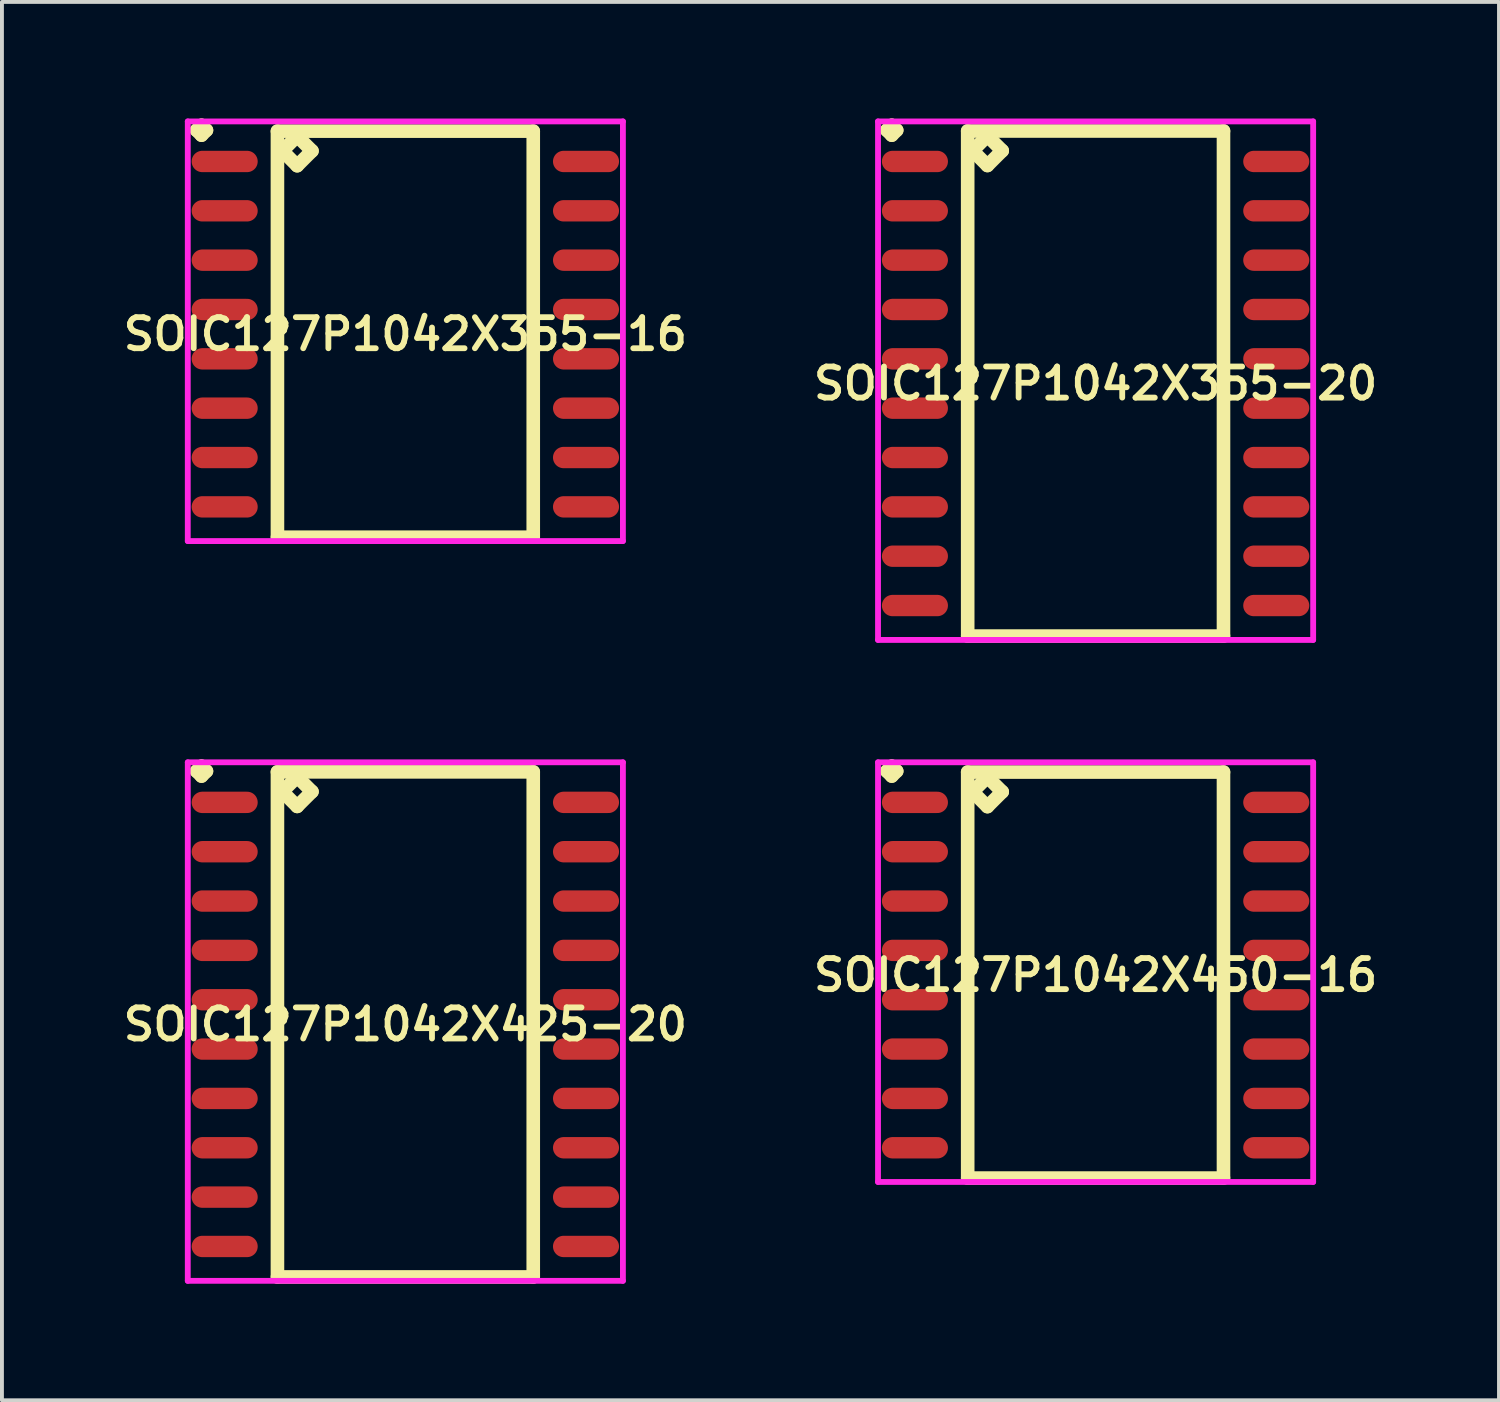
<source format=kicad_pcb>
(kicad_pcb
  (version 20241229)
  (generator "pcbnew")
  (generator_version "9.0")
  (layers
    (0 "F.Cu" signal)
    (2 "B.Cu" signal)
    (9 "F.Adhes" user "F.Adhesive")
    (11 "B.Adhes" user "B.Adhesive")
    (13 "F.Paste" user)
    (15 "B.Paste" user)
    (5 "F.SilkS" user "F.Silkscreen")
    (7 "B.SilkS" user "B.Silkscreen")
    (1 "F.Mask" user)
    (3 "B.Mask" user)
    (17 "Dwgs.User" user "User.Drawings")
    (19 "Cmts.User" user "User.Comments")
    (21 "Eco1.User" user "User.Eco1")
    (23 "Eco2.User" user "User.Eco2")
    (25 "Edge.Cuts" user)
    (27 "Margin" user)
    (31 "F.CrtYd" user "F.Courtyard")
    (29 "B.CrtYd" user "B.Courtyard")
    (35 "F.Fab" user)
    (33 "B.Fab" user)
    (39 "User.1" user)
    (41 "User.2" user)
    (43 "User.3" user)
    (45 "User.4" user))
  (footprint "SOIC127P1042X355-20"
    (layer "F.Cu")
    (at 25.149 6.821)
    (property "Reference" "SOIC127P1042X355-20" (at 0 0 0) (layer "F.SilkS") (effects (font (size 0.8 0.8) (thickness 0.15))))
    (attr smd)
    (fp_line (start -5.373 -6.519) (end -5.246 -6.646) (stroke (width 0.35) (type solid)) (layer "F.SilkS"))
    (fp_line (start -5.246 -6.646) (end -5.119 -6.519) (stroke (width 0.35) (type solid)) (layer "F.SilkS"))
    (fp_line (start -5.246 -6.392) (end -5.373 -6.519) (stroke (width 0.35) (type solid)) (layer "F.SilkS"))
    (fp_line (start -5.119 -6.519) (end -5.246 -6.392) (stroke (width 0.35) (type solid)) (layer "F.SilkS"))
    (fp_line (start -3.292 -6.5) (end -3.292 6.5) (stroke (width 0.35) (type solid)) (layer "F.SilkS"))
    (fp_line (start -3.292 6.5) (end 3.292 6.5) (stroke (width 0.35) (type solid)) (layer "F.SilkS"))
    (fp_line (start -3.165 -5.992) (end -2.784 -6.373) (stroke (width 0.35) (type solid)) (layer "F.SilkS"))
    (fp_line (start -2.784 -6.373) (end -2.403 -5.992) (stroke (width 0.35) (type solid)) (layer "F.SilkS"))
    (fp_line (start -2.784 -5.611) (end -3.165 -5.992) (stroke (width 0.35) (type solid)) (layer "F.SilkS"))
    (fp_line (start -2.403 -5.992) (end -2.784 -5.611) (stroke (width 0.35) (type solid)) (layer "F.SilkS"))
    (fp_line (start 3.292 -6.5) (end -3.292 -6.5) (stroke (width 0.35) (type solid)) (layer "F.SilkS"))
    (fp_line (start 3.292 6.5) (end 3.292 -6.5) (stroke (width 0.35) (type solid)) (layer "F.SilkS"))
    (fp_line (start -5.6 -6.746) (end 5.6 -6.746) (stroke (width 0.15) (type solid)) (layer "F.CrtYd"))
    (fp_line (start -5.6 6.6) (end -5.6 -6.746) (stroke (width 0.15) (type solid)) (layer "F.CrtYd"))
    (fp_line (start 5.6 -6.746) (end 5.6 6.6) (stroke (width 0.15) (type solid)) (layer "F.CrtYd"))
    (fp_line (start 5.6 6.6) (end -5.6 6.6) (stroke (width 0.15) (type solid)) (layer "F.CrtYd"))
    (pad "1" smd oval (at -4.65 -5.715) (size 1.7 0.55) (layers "F.Cu" "F.Mask" "F.Paste"))
    (pad "2" smd oval (at -4.65 -4.445) (size 1.7 0.55) (layers "F.Cu" "F.Mask" "F.Paste"))
    (pad "3" smd oval (at -4.65 -3.175) (size 1.7 0.55) (layers "F.Cu" "F.Mask" "F.Paste"))
    (pad "4" smd oval (at -4.65 -1.905) (size 1.7 0.55) (layers "F.Cu" "F.Mask" "F.Paste"))
    (pad "5" smd oval (at -4.65 -0.635) (size 1.7 0.55) (layers "F.Cu" "F.Mask" "F.Paste"))
    (pad "6" smd oval (at -4.65 0.635) (size 1.7 0.55) (layers "F.Cu" "F.Mask" "F.Paste"))
    (pad "7" smd oval (at -4.65 1.905) (size 1.7 0.55) (layers "F.Cu" "F.Mask" "F.Paste"))
    (pad "8" smd oval (at -4.65 3.175) (size 1.7 0.55) (layers "F.Cu" "F.Mask" "F.Paste"))
    (pad "9" smd oval (at -4.65 4.445) (size 1.7 0.55) (layers "F.Cu" "F.Mask" "F.Paste"))
    (pad "10" smd oval (at -4.65 5.715) (size 1.7 0.55) (layers "F.Cu" "F.Mask" "F.Paste"))
    (pad "11" smd oval (at 4.65 5.715) (size 1.7 0.55) (layers "F.Cu" "F.Mask" "F.Paste"))
    (pad "12" smd oval (at 4.65 4.445) (size 1.7 0.55) (layers "F.Cu" "F.Mask" "F.Paste"))
    (pad "13" smd oval (at 4.65 3.175) (size 1.7 0.55) (layers "F.Cu" "F.Mask" "F.Paste"))
    (pad "14" smd oval (at 4.65 1.905) (size 1.7 0.55) (layers "F.Cu" "F.Mask" "F.Paste"))
    (pad "15" smd oval (at 4.65 0.635) (size 1.7 0.55) (layers "F.Cu" "F.Mask" "F.Paste"))
    (pad "16" smd oval (at 4.65 -0.635) (size 1.7 0.55) (layers "F.Cu" "F.Mask" "F.Paste"))
    (pad "17" smd oval (at 4.65 -1.905) (size 1.7 0.55) (layers "F.Cu" "F.Mask" "F.Paste"))
    (pad "18" smd oval (at 4.65 -3.175) (size 1.7 0.55) (layers "F.Cu" "F.Mask" "F.Paste"))
    (pad "19" smd oval (at 4.65 -4.445) (size 1.7 0.55) (layers "F.Cu" "F.Mask" "F.Paste"))
    (pad "20" smd oval (at 4.65 -5.715) (size 1.7 0.55) (layers "F.Cu" "F.Mask" "F.Paste")))
  (footprint "SOIC127P1042X450-16"
    (layer "F.Cu")
    (at 25.149 22.047)
    (property "Reference" "SOIC127P1042X450-16" (at 0 0 0) (layer "F.SilkS") (effects (font (size 0.8 0.8) (thickness 0.15))))
    (attr smd)
    (fp_line (start -5.373 -5.249) (end -5.246 -5.376) (stroke (width 0.35) (type solid)) (layer "F.SilkS"))
    (fp_line (start -5.246 -5.376) (end -5.119 -5.249) (stroke (width 0.35) (type solid)) (layer "F.SilkS"))
    (fp_line (start -5.246 -5.122) (end -5.373 -5.249) (stroke (width 0.35) (type solid)) (layer "F.SilkS"))
    (fp_line (start -5.119 -5.249) (end -5.246 -5.122) (stroke (width 0.35) (type solid)) (layer "F.SilkS"))
    (fp_line (start -3.292 -5.225) (end -3.292 5.225) (stroke (width 0.35) (type solid)) (layer "F.SilkS"))
    (fp_line (start -3.292 5.225) (end 3.292 5.225) (stroke (width 0.35) (type solid)) (layer "F.SilkS"))
    (fp_line (start -3.165 -4.717) (end -2.784 -5.098) (stroke (width 0.35) (type solid)) (layer "F.SilkS"))
    (fp_line (start -2.784 -5.098) (end -2.403 -4.717) (stroke (width 0.35) (type solid)) (layer "F.SilkS"))
    (fp_line (start -2.784 -4.336) (end -3.165 -4.717) (stroke (width 0.35) (type solid)) (layer "F.SilkS"))
    (fp_line (start -2.403 -4.717) (end -2.784 -4.336) (stroke (width 0.35) (type solid)) (layer "F.SilkS"))
    (fp_line (start 3.292 -5.225) (end -3.292 -5.225) (stroke (width 0.35) (type solid)) (layer "F.SilkS"))
    (fp_line (start 3.292 5.225) (end 3.292 -5.225) (stroke (width 0.35) (type solid)) (layer "F.SilkS"))
    (fp_line (start -5.6 -5.476) (end 5.6 -5.476) (stroke (width 0.15) (type solid)) (layer "F.CrtYd"))
    (fp_line (start -5.6 5.325) (end -5.6 -5.476) (stroke (width 0.15) (type solid)) (layer "F.CrtYd"))
    (fp_line (start 5.6 -5.476) (end 5.6 5.325) (stroke (width 0.15) (type solid)) (layer "F.CrtYd"))
    (fp_line (start 5.6 5.325) (end -5.6 5.325) (stroke (width 0.15) (type solid)) (layer "F.CrtYd"))
    (pad "1" smd oval (at -4.65 -4.445) (size 1.7 0.55) (layers "F.Cu" "F.Mask" "F.Paste"))
    (pad "2" smd oval (at -4.65 -3.175) (size 1.7 0.55) (layers "F.Cu" "F.Mask" "F.Paste"))
    (pad "3" smd oval (at -4.65 -1.905) (size 1.7 0.55) (layers "F.Cu" "F.Mask" "F.Paste"))
    (pad "4" smd oval (at -4.65 -0.635) (size 1.7 0.55) (layers "F.Cu" "F.Mask" "F.Paste"))
    (pad "5" smd oval (at -4.65 0.635) (size 1.7 0.55) (layers "F.Cu" "F.Mask" "F.Paste"))
    (pad "6" smd oval (at -4.65 1.905) (size 1.7 0.55) (layers "F.Cu" "F.Mask" "F.Paste"))
    (pad "7" smd oval (at -4.65 3.175) (size 1.7 0.55) (layers "F.Cu" "F.Mask" "F.Paste"))
    (pad "8" smd oval (at -4.65 4.445) (size 1.7 0.55) (layers "F.Cu" "F.Mask" "F.Paste"))
    (pad "9" smd oval (at 4.65 4.445) (size 1.7 0.55) (layers "F.Cu" "F.Mask" "F.Paste"))
    (pad "10" smd oval (at 4.65 3.175) (size 1.7 0.55) (layers "F.Cu" "F.Mask" "F.Paste"))
    (pad "11" smd oval (at 4.65 1.905) (size 1.7 0.55) (layers "F.Cu" "F.Mask" "F.Paste"))
    (pad "12" smd oval (at 4.65 0.635) (size 1.7 0.55) (layers "F.Cu" "F.Mask" "F.Paste"))
    (pad "13" smd oval (at 4.65 -0.635) (size 1.7 0.55) (layers "F.Cu" "F.Mask" "F.Paste"))
    (pad "14" smd oval (at 4.65 -1.905) (size 1.7 0.55) (layers "F.Cu" "F.Mask" "F.Paste"))
    (pad "15" smd oval (at 4.65 -3.175) (size 1.7 0.55) (layers "F.Cu" "F.Mask" "F.Paste"))
    (pad "16" smd oval (at 4.65 -4.445) (size 1.7 0.55) (layers "F.Cu" "F.Mask" "F.Paste")))
  (footprint "SOIC127P1042X425-20"
    (layer "F.Cu")
    (at 7.383 23.317)
    (property "Reference" "SOIC127P1042X425-20" (at 0 0 0) (layer "F.SilkS") (effects (font (size 0.8 0.8) (thickness 0.15))))
    (attr smd)
    (fp_line (start -5.373 -6.519) (end -5.246 -6.646) (stroke (width 0.35) (type solid)) (layer "F.SilkS"))
    (fp_line (start -5.246 -6.646) (end -5.119 -6.519) (stroke (width 0.35) (type solid)) (layer "F.SilkS"))
    (fp_line (start -5.246 -6.392) (end -5.373 -6.519) (stroke (width 0.35) (type solid)) (layer "F.SilkS"))
    (fp_line (start -5.119 -6.519) (end -5.246 -6.392) (stroke (width 0.35) (type solid)) (layer "F.SilkS"))
    (fp_line (start -3.292 -6.5) (end -3.292 6.5) (stroke (width 0.35) (type solid)) (layer "F.SilkS"))
    (fp_line (start -3.292 6.5) (end 3.292 6.5) (stroke (width 0.35) (type solid)) (layer "F.SilkS"))
    (fp_line (start -3.165 -5.992) (end -2.784 -6.373) (stroke (width 0.35) (type solid)) (layer "F.SilkS"))
    (fp_line (start -2.784 -6.373) (end -2.403 -5.992) (stroke (width 0.35) (type solid)) (layer "F.SilkS"))
    (fp_line (start -2.784 -5.611) (end -3.165 -5.992) (stroke (width 0.35) (type solid)) (layer "F.SilkS"))
    (fp_line (start -2.403 -5.992) (end -2.784 -5.611) (stroke (width 0.35) (type solid)) (layer "F.SilkS"))
    (fp_line (start 3.292 -6.5) (end -3.292 -6.5) (stroke (width 0.35) (type solid)) (layer "F.SilkS"))
    (fp_line (start 3.292 6.5) (end 3.292 -6.5) (stroke (width 0.35) (type solid)) (layer "F.SilkS"))
    (fp_line (start -5.6 -6.746) (end 5.6 -6.746) (stroke (width 0.15) (type solid)) (layer "F.CrtYd"))
    (fp_line (start -5.6 6.6) (end -5.6 -6.746) (stroke (width 0.15) (type solid)) (layer "F.CrtYd"))
    (fp_line (start 5.6 -6.746) (end 5.6 6.6) (stroke (width 0.15) (type solid)) (layer "F.CrtYd"))
    (fp_line (start 5.6 6.6) (end -5.6 6.6) (stroke (width 0.15) (type solid)) (layer "F.CrtYd"))
    (pad "1" smd oval (at -4.65 -5.715) (size 1.7 0.55) (layers "F.Cu" "F.Mask" "F.Paste"))
    (pad "2" smd oval (at -4.65 -4.445) (size 1.7 0.55) (layers "F.Cu" "F.Mask" "F.Paste"))
    (pad "3" smd oval (at -4.65 -3.175) (size 1.7 0.55) (layers "F.Cu" "F.Mask" "F.Paste"))
    (pad "4" smd oval (at -4.65 -1.905) (size 1.7 0.55) (layers "F.Cu" "F.Mask" "F.Paste"))
    (pad "5" smd oval (at -4.65 -0.635) (size 1.7 0.55) (layers "F.Cu" "F.Mask" "F.Paste"))
    (pad "6" smd oval (at -4.65 0.635) (size 1.7 0.55) (layers "F.Cu" "F.Mask" "F.Paste"))
    (pad "7" smd oval (at -4.65 1.905) (size 1.7 0.55) (layers "F.Cu" "F.Mask" "F.Paste"))
    (pad "8" smd oval (at -4.65 3.175) (size 1.7 0.55) (layers "F.Cu" "F.Mask" "F.Paste"))
    (pad "9" smd oval (at -4.65 4.445) (size 1.7 0.55) (layers "F.Cu" "F.Mask" "F.Paste"))
    (pad "10" smd oval (at -4.65 5.715) (size 1.7 0.55) (layers "F.Cu" "F.Mask" "F.Paste"))
    (pad "11" smd oval (at 4.65 5.715) (size 1.7 0.55) (layers "F.Cu" "F.Mask" "F.Paste"))
    (pad "12" smd oval (at 4.65 4.445) (size 1.7 0.55) (layers "F.Cu" "F.Mask" "F.Paste"))
    (pad "13" smd oval (at 4.65 3.175) (size 1.7 0.55) (layers "F.Cu" "F.Mask" "F.Paste"))
    (pad "14" smd oval (at 4.65 1.905) (size 1.7 0.55) (layers "F.Cu" "F.Mask" "F.Paste"))
    (pad "15" smd oval (at 4.65 0.635) (size 1.7 0.55) (layers "F.Cu" "F.Mask" "F.Paste"))
    (pad "16" smd oval (at 4.65 -0.635) (size 1.7 0.55) (layers "F.Cu" "F.Mask" "F.Paste"))
    (pad "17" smd oval (at 4.65 -1.905) (size 1.7 0.55) (layers "F.Cu" "F.Mask" "F.Paste"))
    (pad "18" smd oval (at 4.65 -3.175) (size 1.7 0.55) (layers "F.Cu" "F.Mask" "F.Paste"))
    (pad "19" smd oval (at 4.65 -4.445) (size 1.7 0.55) (layers "F.Cu" "F.Mask" "F.Paste"))
    (pad "20" smd oval (at 4.65 -5.715) (size 1.7 0.55) (layers "F.Cu" "F.Mask" "F.Paste")))
  (footprint "SOIC127P1042X355-16"
    (layer "F.Cu")
    (at 7.383 5.551)
    (property "Reference" "SOIC127P1042X355-16" (at 0 0 0) (layer "F.SilkS") (effects (font (size 0.8 0.8) (thickness 0.15))))
    (attr through_hole)
    (fp_line (start -5.373 -5.249) (end -5.246 -5.376) (stroke (width 0.35) (type solid)) (layer "F.SilkS"))
    (fp_line (start -5.246 -5.376) (end -5.119 -5.249) (stroke (width 0.35) (type solid)) (layer "F.SilkS"))
    (fp_line (start -5.246 -5.122) (end -5.373 -5.249) (stroke (width 0.35) (type solid)) (layer "F.SilkS"))
    (fp_line (start -5.119 -5.249) (end -5.246 -5.122) (stroke (width 0.35) (type solid)) (layer "F.SilkS"))
    (fp_line (start -3.292 -5.225) (end -3.292 5.225) (stroke (width 0.35) (type solid)) (layer "F.SilkS"))
    (fp_line (start -3.292 5.225) (end 3.292 5.225) (stroke (width 0.35) (type solid)) (layer "F.SilkS"))
    (fp_line (start -3.165 -4.717) (end -2.784 -5.098) (stroke (width 0.35) (type solid)) (layer "F.SilkS"))
    (fp_line (start -2.784 -5.098) (end -2.403 -4.717) (stroke (width 0.35) (type solid)) (layer "F.SilkS"))
    (fp_line (start -2.784 -4.336) (end -3.165 -4.717) (stroke (width 0.35) (type solid)) (layer "F.SilkS"))
    (fp_line (start -2.403 -4.717) (end -2.784 -4.336) (stroke (width 0.35) (type solid)) (layer "F.SilkS"))
    (fp_line (start 3.292 -5.225) (end -3.292 -5.225) (stroke (width 0.35) (type solid)) (layer "F.SilkS"))
    (fp_line (start 3.292 5.225) (end 3.292 -5.225) (stroke (width 0.35) (type solid)) (layer "F.SilkS"))
    (fp_line (start -5.6 -5.476) (end 5.6 -5.476) (stroke (width 0.15) (type solid)) (layer "F.CrtYd"))
    (fp_line (start -5.6 5.325) (end -5.6 -5.476) (stroke (width 0.15) (type solid)) (layer "F.CrtYd"))
    (fp_line (start 5.6 -5.476) (end 5.6 5.325) (stroke (width 0.15) (type solid)) (layer "F.CrtYd"))
    (fp_line (start 5.6 5.325) (end -5.6 5.325) (stroke (width 0.15) (type solid)) (layer "F.CrtYd"))
    (pad "1" smd oval (at -4.65 -4.445) (size 1.7 0.55) (layers "F.Cu" "F.Mask" "F.Paste"))
    (pad "2" smd oval (at -4.65 -3.175) (size 1.7 0.55) (layers "F.Cu" "F.Mask" "F.Paste"))
    (pad "3" smd oval (at -4.65 -1.905) (size 1.7 0.55) (layers "F.Cu" "F.Mask" "F.Paste"))
    (pad "4" smd oval (at -4.65 -0.635) (size 1.7 0.55) (layers "F.Cu" "F.Mask" "F.Paste"))
    (pad "5" smd oval (at -4.65 0.635) (size 1.7 0.55) (layers "F.Cu" "F.Mask" "F.Paste"))
    (pad "6" smd oval (at -4.65 1.905) (size 1.7 0.55) (layers "F.Cu" "F.Mask" "F.Paste"))
    (pad "7" smd oval (at -4.65 3.175) (size 1.7 0.55) (layers "F.Cu" "F.Mask" "F.Paste"))
    (pad "8" smd oval (at -4.65 4.445) (size 1.7 0.55) (layers "F.Cu" "F.Mask" "F.Paste"))
    (pad "9" smd oval (at 4.65 4.445) (size 1.7 0.55) (layers "F.Cu" "F.Mask" "F.Paste"))
    (pad "10" smd oval (at 4.65 3.175) (size 1.7 0.55) (layers "F.Cu" "F.Mask" "F.Paste"))
    (pad "11" smd oval (at 4.65 1.905) (size 1.7 0.55) (layers "F.Cu" "F.Mask" "F.Paste"))
    (pad "12" smd oval (at 4.65 0.635) (size 1.7 0.55) (layers "F.Cu" "F.Mask" "F.Paste"))
    (pad "13" smd oval (at 4.65 -0.635) (size 1.7 0.55) (layers "F.Cu" "F.Mask" "F.Paste"))
    (pad "14" smd oval (at 4.65 -1.905) (size 1.7 0.55) (layers "F.Cu" "F.Mask" "F.Paste"))
    (pad "15" smd oval (at 4.65 -3.175) (size 1.7 0.55) (layers "F.Cu" "F.Mask" "F.Paste"))
    (pad "16" smd oval (at 4.65 -4.445) (size 1.7 0.55) (layers "F.Cu" "F.Mask" "F.Paste")))
  (gr_rect
    (start -3 -3)
    (end 35.532 32.992)
    (stroke (width 0.1) (type default))
    (fill no)
    (layer "Edge.Cuts")))
</source>
